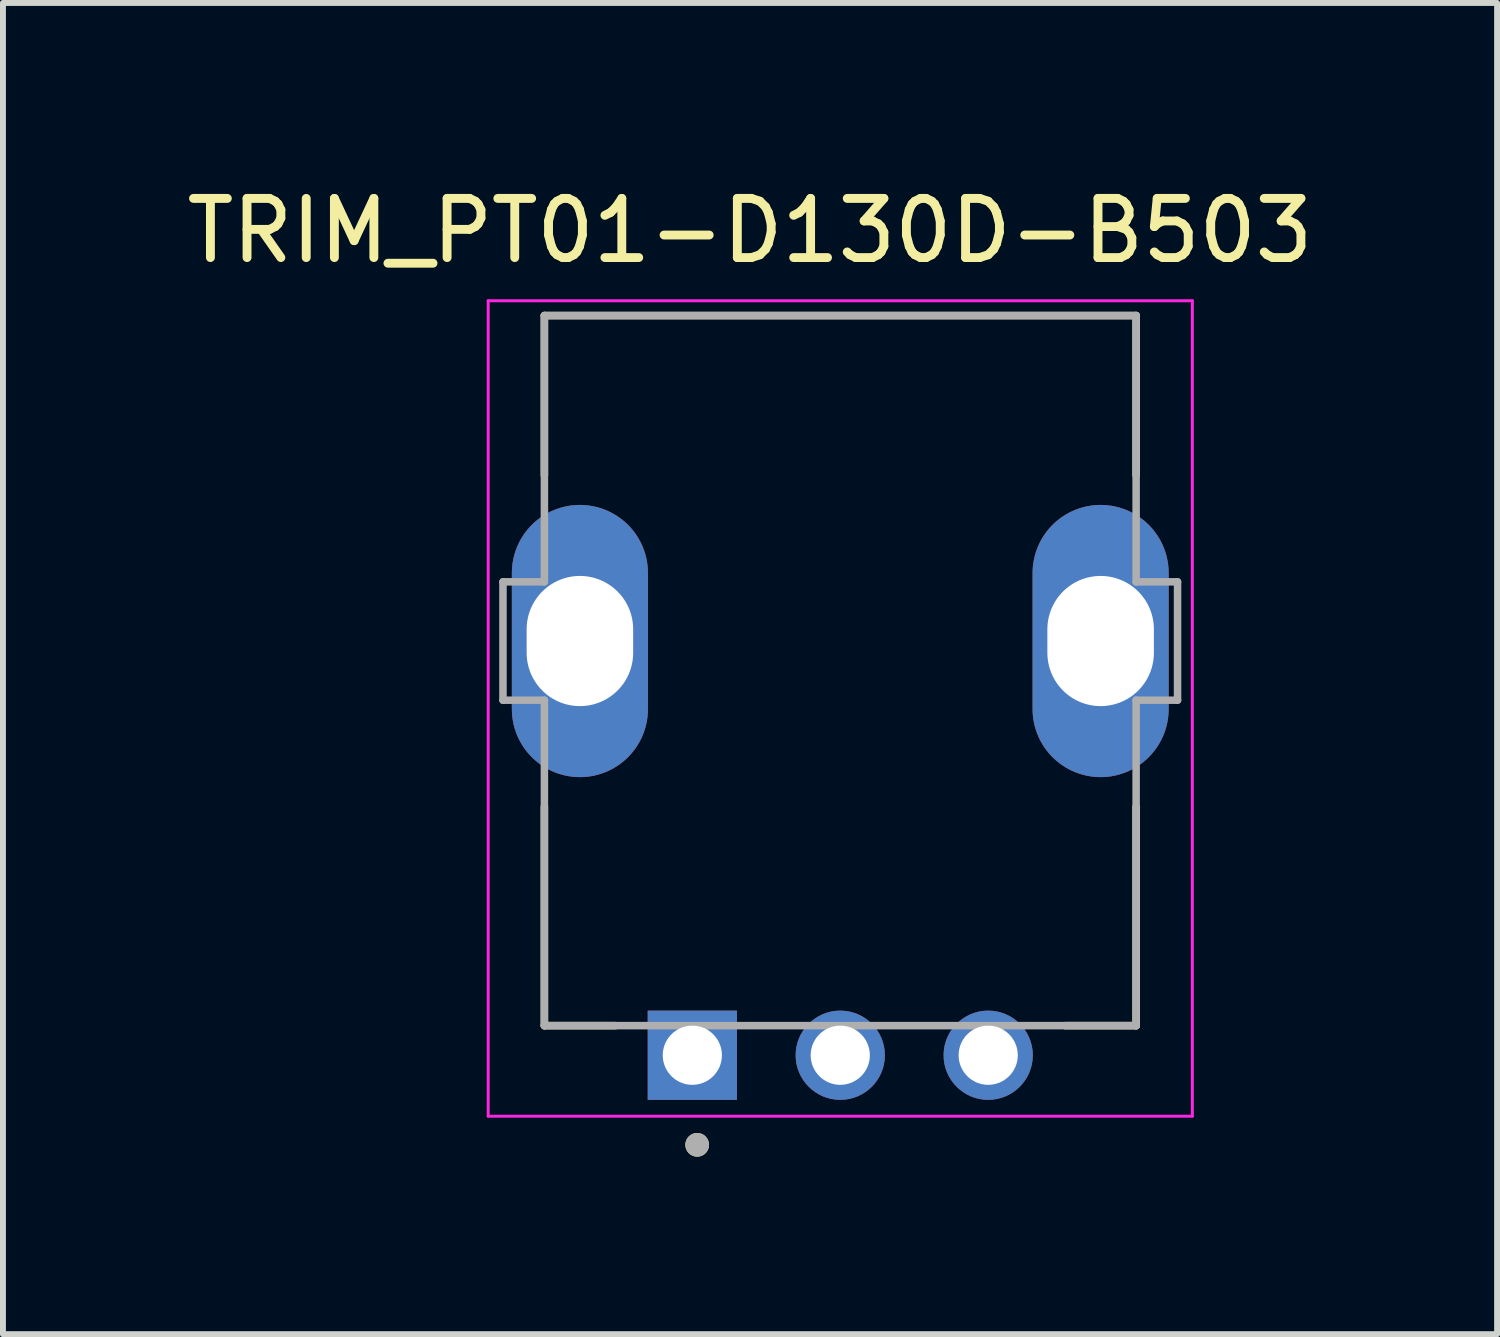
<source format=kicad_pcb>
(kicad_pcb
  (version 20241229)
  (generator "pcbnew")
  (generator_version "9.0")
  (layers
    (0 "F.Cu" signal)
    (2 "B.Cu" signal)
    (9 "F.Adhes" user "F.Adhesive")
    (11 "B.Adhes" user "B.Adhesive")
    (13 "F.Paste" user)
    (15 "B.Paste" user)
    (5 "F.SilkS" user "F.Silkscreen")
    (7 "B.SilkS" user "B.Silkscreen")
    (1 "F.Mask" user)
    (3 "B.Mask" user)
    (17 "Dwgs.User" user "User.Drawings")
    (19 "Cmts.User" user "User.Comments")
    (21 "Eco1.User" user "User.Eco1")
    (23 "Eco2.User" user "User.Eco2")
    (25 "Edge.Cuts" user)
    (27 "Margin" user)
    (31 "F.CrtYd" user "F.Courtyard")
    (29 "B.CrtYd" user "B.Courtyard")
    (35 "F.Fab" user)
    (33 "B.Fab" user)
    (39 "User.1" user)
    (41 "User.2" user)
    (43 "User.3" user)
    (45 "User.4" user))
  (footprint "TRIM_PT01-D130D-B503"
    (layer "F.Cu")
    (at 11.15 7.783)
    (property "Reference" "TRIM_PT01-D130D-B503" (at -1.525 -6.935 0) (layer "F.SilkS") (effects (font (size 1 1) (thickness 0.15))))
    (attr through_hole)
    (fp_line (start -5 -5.5) (end 5 -5.5) (stroke (width 0.127) (type solid)) (layer "F.SilkS"))
    (fp_line (start -5 -2.8) (end -5 -5.5) (stroke (width 0.127) (type solid)) (layer "F.SilkS"))
    (fp_line (start -5 2.8) (end -5 6.5) (stroke (width 0.127) (type solid)) (layer "F.SilkS"))
    (fp_line (start -5 6.5) (end -3.8 6.5) (stroke (width 0.127) (type solid)) (layer "F.SilkS"))
    (fp_line (start 5 -5.5) (end 5 -2.8) (stroke (width 0.127) (type solid)) (layer "F.SilkS"))
    (fp_line (start 5 2.8) (end 5 6.5) (stroke (width 0.127) (type solid)) (layer "F.SilkS"))
    (fp_line (start 5 6.5) (end 3.8 6.5) (stroke (width 0.127) (type solid)) (layer "F.SilkS"))
    (fp_circle (center -2.418 8.514) (end -2.318 8.514) (stroke (width 0.2) (type solid)) (fill no) (layer "F.SilkS"))
    (fp_line (start -5.95 -5.75) (end 5.95 -5.75) (stroke (width 0.05) (type solid)) (layer "F.CrtYd"))
    (fp_line (start -5.95 8.03) (end -5.95 -5.75) (stroke (width 0.05) (type solid)) (layer "F.CrtYd"))
    (fp_line (start 5.95 -5.75) (end 5.95 8.03) (stroke (width 0.05) (type solid)) (layer "F.CrtYd"))
    (fp_line (start 5.95 8.03) (end -5.95 8.03) (stroke (width 0.05) (type solid)) (layer "F.CrtYd"))
    (fp_line (start -5.7 -1) (end -5 -1) (stroke (width 0.127) (type solid)) (layer "F.Fab"))
    (fp_line (start -5.7 1) (end -5.7 -1) (stroke (width 0.127) (type solid)) (layer "F.Fab"))
    (fp_line (start -5 -5.5) (end 5 -5.5) (stroke (width 0.127) (type solid)) (layer "F.Fab"))
    (fp_line (start -5 -1) (end -5 -5.5) (stroke (width 0.127) (type solid)) (layer "F.Fab"))
    (fp_line (start -5 1) (end -5.7 1) (stroke (width 0.127) (type solid)) (layer "F.Fab"))
    (fp_line (start -5 6.5) (end -5 1) (stroke (width 0.127) (type solid)) (layer "F.Fab"))
    (fp_line (start -5 6.5) (end 5 6.5) (stroke (width 0.127) (type solid)) (layer "F.Fab"))
    (fp_line (start 5 -5.5) (end 5 -1) (stroke (width 0.127) (type solid)) (layer "F.Fab"))
    (fp_line (start 5 -1) (end 5.7 -1) (stroke (width 0.127) (type solid)) (layer "F.Fab"))
    (fp_line (start 5 1) (end 5 6.5) (stroke (width 0.127) (type solid)) (layer "F.Fab"))
    (fp_line (start 5.7 -1) (end 5.7 1) (stroke (width 0.127) (type solid)) (layer "F.Fab"))
    (fp_line (start 5.7 1) (end 5 1) (stroke (width 0.127) (type solid)) (layer "F.Fab"))
    (fp_circle (center -2.418 8.514) (end -2.318 8.514) (stroke (width 0.2) (type solid)) (fill no) (layer "F.Fab"))
    (pad "1" thru_hole rect (at -2.5 7) (size 1.508 1.508) (drill 1) (layers "*.Cu" "*.Mask"))
    (pad "2" thru_hole circle (at 0 7) (size 1.508 1.508) (drill 1) (layers "*.Cu" "*.Mask"))
    (pad "3" thru_hole circle (at 2.5 7) (size 1.508 1.508) (drill 1) (layers "*.Cu" "*.Mask"))
    (pad "S1" thru_hole oval (at -4.4 0) (size 2.3 4.6) (drill oval 1.8 2.2) (layers "*.Cu" "*.Mask"))
    (pad "S2" thru_hole oval (at 4.4 0) (size 2.3 4.6) (drill oval 1.8 2.2) (layers "*.Cu" "*.Mask")))
  (gr_rect
    (start -3 -3)
    (end 22.25 19.497)
    (stroke (width 0.1) (type default))
    (fill no)
    (layer "Edge.Cuts")))
</source>
